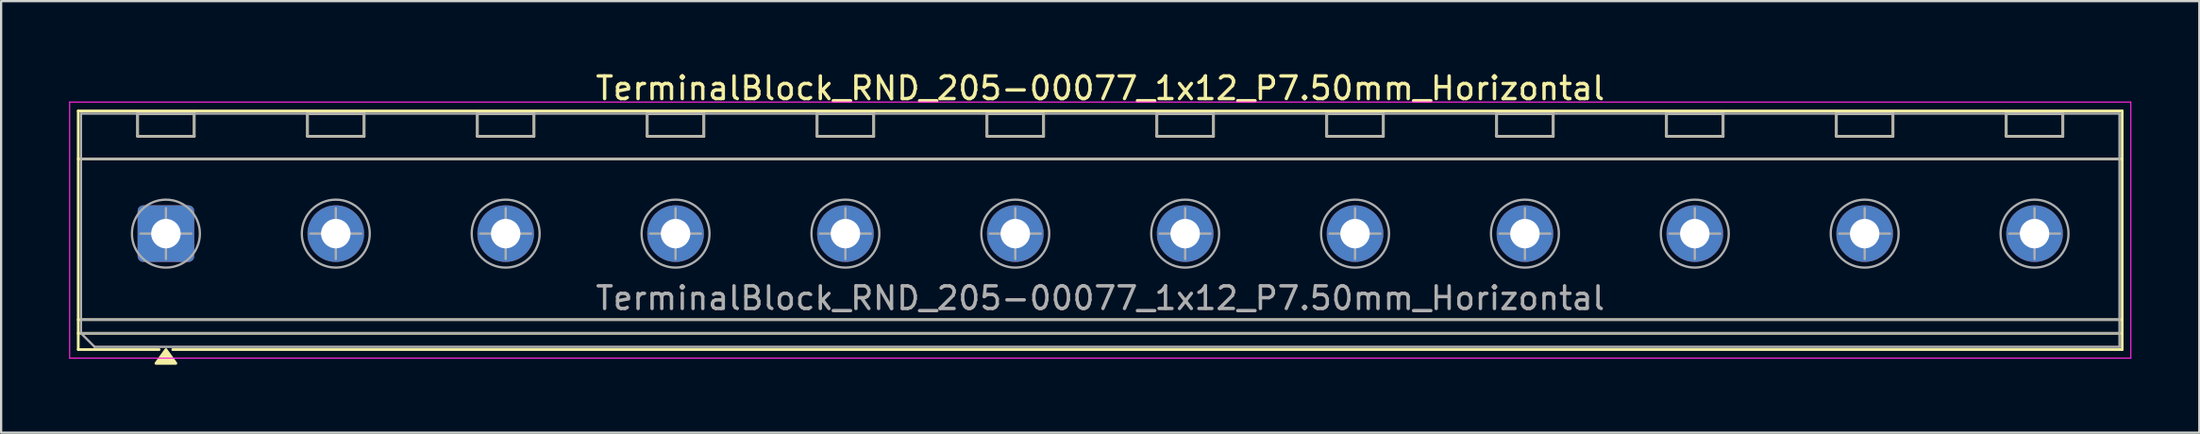
<source format=kicad_pcb>
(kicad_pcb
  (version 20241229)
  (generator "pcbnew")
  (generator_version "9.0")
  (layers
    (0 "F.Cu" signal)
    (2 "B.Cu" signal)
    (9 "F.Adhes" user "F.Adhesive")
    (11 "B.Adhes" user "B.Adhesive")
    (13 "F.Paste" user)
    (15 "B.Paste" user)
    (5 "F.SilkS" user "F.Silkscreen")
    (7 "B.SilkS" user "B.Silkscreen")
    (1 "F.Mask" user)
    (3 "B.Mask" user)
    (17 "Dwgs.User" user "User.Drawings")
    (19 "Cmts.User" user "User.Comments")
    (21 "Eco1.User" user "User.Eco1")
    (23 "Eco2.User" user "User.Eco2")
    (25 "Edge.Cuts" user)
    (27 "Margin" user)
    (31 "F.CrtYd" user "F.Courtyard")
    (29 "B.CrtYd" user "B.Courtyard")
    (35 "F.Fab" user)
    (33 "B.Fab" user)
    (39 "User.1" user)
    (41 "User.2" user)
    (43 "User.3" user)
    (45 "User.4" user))
  (footprint "TerminalBlock_RND_205-00077_1x12_P7.50mm_Horizontal"
    (layer "F.Cu")
    (at 4.275 7.268)
    (property "Reference" "TerminalBlock_RND_205-00077_1x12_P7.50mm_Horizontal" (at 41.25 -6.42 0) (layer "F.SilkS") (effects (font (size 1 1) (thickness 0.15))))
    (attr through_hole)
    (fp_line (start -3.87 -5.42) (end -3.87 5.12) (stroke (width 0.12) (type solid)) (layer "F.SilkS"))
    (fp_line (start -3.87 -5.42) (end 86.37 -5.42) (stroke (width 0.12) (type solid)) (layer "F.SilkS"))
    (fp_line (start -3.87 -3.3) (end 86.37 -3.3) (stroke (width 0.12) (type solid)) (layer "F.SilkS"))
    (fp_line (start -3.87 3.8) (end 86.37 3.8) (stroke (width 0.12) (type solid)) (layer "F.SilkS"))
    (fp_line (start -3.87 4.4) (end 86.37 4.4) (stroke (width 0.12) (type solid)) (layer "F.SilkS"))
    (fp_line (start -3.87 5.12) (end -0.3 5.12) (stroke (width 0.12) (type solid)) (layer "F.SilkS"))
    (fp_line (start -1.25 -5.3) (end -1.25 -4.3) (stroke (width 0.12) (type solid)) (layer "F.SilkS"))
    (fp_line (start -1.25 -5.3) (end 1.25 -5.3) (stroke (width 0.12) (type solid)) (layer "F.SilkS"))
    (fp_line (start -1.25 -4.3) (end 1.25 -4.3) (stroke (width 0.12) (type solid)) (layer "F.SilkS"))
    (fp_line (start 0.3 5.12) (end 86.37 5.12) (stroke (width 0.12) (type solid)) (layer "F.SilkS"))
    (fp_line (start 1.25 -5.3) (end 1.25 -4.3) (stroke (width 0.12) (type solid)) (layer "F.SilkS"))
    (fp_line (start 6.25 -5.3) (end 6.25 -4.3) (stroke (width 0.12) (type solid)) (layer "F.SilkS"))
    (fp_line (start 6.25 -5.3) (end 8.75 -5.3) (stroke (width 0.12) (type solid)) (layer "F.SilkS"))
    (fp_line (start 6.25 -4.3) (end 8.75 -4.3) (stroke (width 0.12) (type solid)) (layer "F.SilkS"))
    (fp_line (start 8.75 -5.3) (end 8.75 -4.3) (stroke (width 0.12) (type solid)) (layer "F.SilkS"))
    (fp_line (start 13.75 -5.3) (end 13.75 -4.3) (stroke (width 0.12) (type solid)) (layer "F.SilkS"))
    (fp_line (start 13.75 -5.3) (end 16.25 -5.3) (stroke (width 0.12) (type solid)) (layer "F.SilkS"))
    (fp_line (start 13.75 -4.3) (end 16.25 -4.3) (stroke (width 0.12) (type solid)) (layer "F.SilkS"))
    (fp_line (start 16.25 -5.3) (end 16.25 -4.3) (stroke (width 0.12) (type solid)) (layer "F.SilkS"))
    (fp_line (start 21.25 -5.3) (end 21.25 -4.3) (stroke (width 0.12) (type solid)) (layer "F.SilkS"))
    (fp_line (start 21.25 -5.3) (end 23.75 -5.3) (stroke (width 0.12) (type solid)) (layer "F.SilkS"))
    (fp_line (start 21.25 -4.3) (end 23.75 -4.3) (stroke (width 0.12) (type solid)) (layer "F.SilkS"))
    (fp_line (start 23.75 -5.3) (end 23.75 -4.3) (stroke (width 0.12) (type solid)) (layer "F.SilkS"))
    (fp_line (start 28.75 -5.3) (end 28.75 -4.3) (stroke (width 0.12) (type solid)) (layer "F.SilkS"))
    (fp_line (start 28.75 -5.3) (end 31.25 -5.3) (stroke (width 0.12) (type solid)) (layer "F.SilkS"))
    (fp_line (start 28.75 -4.3) (end 31.25 -4.3) (stroke (width 0.12) (type solid)) (layer "F.SilkS"))
    (fp_line (start 31.25 -5.3) (end 31.25 -4.3) (stroke (width 0.12) (type solid)) (layer "F.SilkS"))
    (fp_line (start 36.25 -5.3) (end 36.25 -4.3) (stroke (width 0.12) (type solid)) (layer "F.SilkS"))
    (fp_line (start 36.25 -5.3) (end 38.75 -5.3) (stroke (width 0.12) (type solid)) (layer "F.SilkS"))
    (fp_line (start 36.25 -4.3) (end 38.75 -4.3) (stroke (width 0.12) (type solid)) (layer "F.SilkS"))
    (fp_line (start 38.75 -5.3) (end 38.75 -4.3) (stroke (width 0.12) (type solid)) (layer "F.SilkS"))
    (fp_line (start 43.75 -5.3) (end 43.75 -4.3) (stroke (width 0.12) (type solid)) (layer "F.SilkS"))
    (fp_line (start 43.75 -5.3) (end 46.25 -5.3) (stroke (width 0.12) (type solid)) (layer "F.SilkS"))
    (fp_line (start 43.75 -4.3) (end 46.25 -4.3) (stroke (width 0.12) (type solid)) (layer "F.SilkS"))
    (fp_line (start 46.25 -5.3) (end 46.25 -4.3) (stroke (width 0.12) (type solid)) (layer "F.SilkS"))
    (fp_line (start 51.25 -5.3) (end 51.25 -4.3) (stroke (width 0.12) (type solid)) (layer "F.SilkS"))
    (fp_line (start 51.25 -5.3) (end 53.75 -5.3) (stroke (width 0.12) (type solid)) (layer "F.SilkS"))
    (fp_line (start 51.25 -4.3) (end 53.75 -4.3) (stroke (width 0.12) (type solid)) (layer "F.SilkS"))
    (fp_line (start 53.75 -5.3) (end 53.75 -4.3) (stroke (width 0.12) (type solid)) (layer "F.SilkS"))
    (fp_line (start 58.75 -5.3) (end 58.75 -4.3) (stroke (width 0.12) (type solid)) (layer "F.SilkS"))
    (fp_line (start 58.75 -5.3) (end 61.25 -5.3) (stroke (width 0.12) (type solid)) (layer "F.SilkS"))
    (fp_line (start 58.75 -4.3) (end 61.25 -4.3) (stroke (width 0.12) (type solid)) (layer "F.SilkS"))
    (fp_line (start 61.25 -5.3) (end 61.25 -4.3) (stroke (width 0.12) (type solid)) (layer "F.SilkS"))
    (fp_line (start 66.25 -5.3) (end 66.25 -4.3) (stroke (width 0.12) (type solid)) (layer "F.SilkS"))
    (fp_line (start 66.25 -5.3) (end 68.75 -5.3) (stroke (width 0.12) (type solid)) (layer "F.SilkS"))
    (fp_line (start 66.25 -4.3) (end 68.75 -4.3) (stroke (width 0.12) (type solid)) (layer "F.SilkS"))
    (fp_line (start 68.75 -5.3) (end 68.75 -4.3) (stroke (width 0.12) (type solid)) (layer "F.SilkS"))
    (fp_line (start 73.75 -5.3) (end 73.75 -4.3) (stroke (width 0.12) (type solid)) (layer "F.SilkS"))
    (fp_line (start 73.75 -5.3) (end 76.25 -5.3) (stroke (width 0.12) (type solid)) (layer "F.SilkS"))
    (fp_line (start 73.75 -4.3) (end 76.25 -4.3) (stroke (width 0.12) (type solid)) (layer "F.SilkS"))
    (fp_line (start 76.25 -5.3) (end 76.25 -4.3) (stroke (width 0.12) (type solid)) (layer "F.SilkS"))
    (fp_line (start 81.25 -5.3) (end 81.25 -4.3) (stroke (width 0.12) (type solid)) (layer "F.SilkS"))
    (fp_line (start 81.25 -5.3) (end 83.75 -5.3) (stroke (width 0.12) (type solid)) (layer "F.SilkS"))
    (fp_line (start 81.25 -4.3) (end 83.75 -4.3) (stroke (width 0.12) (type solid)) (layer "F.SilkS"))
    (fp_line (start 83.75 -5.3) (end 83.75 -4.3) (stroke (width 0.12) (type solid)) (layer "F.SilkS"))
    (fp_line (start 86.37 -5.42) (end 86.37 5.12) (stroke (width 0.12) (type solid)) (layer "F.SilkS"))
    (fp_poly (pts (xy 0 5.12) (xy 0.44 5.73) (xy -0.44 5.73)) (stroke (width 0.12) (type solid)) (fill yes) (layer "F.SilkS"))
    (fp_line (start -4.25 -5.81) (end -4.25 5.5) (stroke (width 0.05) (type solid)) (layer "F.CrtYd"))
    (fp_line (start -4.25 5.5) (end 86.75 5.5) (stroke (width 0.05) (type solid)) (layer "F.CrtYd"))
    (fp_line (start 86.75 -5.81) (end -4.25 -5.81) (stroke (width 0.05) (type solid)) (layer "F.CrtYd"))
    (fp_line (start 86.75 5.5) (end 86.75 -5.81) (stroke (width 0.05) (type solid)) (layer "F.CrtYd"))
    (fp_line (start -3.75 -5.3) (end 86.25 -5.3) (stroke (width 0.1) (type solid)) (layer "F.Fab"))
    (fp_line (start -3.75 -3.3) (end 86.25 -3.3) (stroke (width 0.1) (type solid)) (layer "F.Fab"))
    (fp_line (start -3.75 3.8) (end 86.25 3.8) (stroke (width 0.1) (type solid)) (layer "F.Fab"))
    (fp_line (start -3.75 4.4) (end -3.75 -5.3) (stroke (width 0.1) (type solid)) (layer "F.Fab"))
    (fp_line (start -3.75 4.4) (end 86.25 4.4) (stroke (width 0.1) (type solid)) (layer "F.Fab"))
    (fp_line (start -3.15 5) (end -3.75 4.4) (stroke (width 0.1) (type solid)) (layer "F.Fab"))
    (fp_line (start -1.25 -5.3) (end -1.25 -4.3) (stroke (width 0.1) (type solid)) (layer "F.Fab"))
    (fp_line (start -1.25 -4.3) (end 1.25 -4.3) (stroke (width 0.1) (type solid)) (layer "F.Fab"))
    (fp_line (start -1.125 0) (end 1.125 0) (stroke (width 0.1) (type solid)) (layer "F.Fab"))
    (fp_line (start 0 -1.125) (end 0 1.125) (stroke (width 0.1) (type solid)) (layer "F.Fab"))
    (fp_line (start 1.25 -5.3) (end -1.25 -5.3) (stroke (width 0.1) (type solid)) (layer "F.Fab"))
    (fp_line (start 1.25 -4.3) (end 1.25 -5.3) (stroke (width 0.1) (type solid)) (layer "F.Fab"))
    (fp_line (start 6.25 -5.3) (end 6.25 -4.3) (stroke (width 0.1) (type solid)) (layer "F.Fab"))
    (fp_line (start 6.25 -4.3) (end 8.75 -4.3) (stroke (width 0.1) (type solid)) (layer "F.Fab"))
    (fp_line (start 6.375 0) (end 8.625 0) (stroke (width 0.1) (type solid)) (layer "F.Fab"))
    (fp_line (start 7.5 -1.125) (end 7.5 1.125) (stroke (width 0.1) (type solid)) (layer "F.Fab"))
    (fp_line (start 8.75 -5.3) (end 6.25 -5.3) (stroke (width 0.1) (type solid)) (layer "F.Fab"))
    (fp_line (start 8.75 -4.3) (end 8.75 -5.3) (stroke (width 0.1) (type solid)) (layer "F.Fab"))
    (fp_line (start 13.75 -5.3) (end 13.75 -4.3) (stroke (width 0.1) (type solid)) (layer "F.Fab"))
    (fp_line (start 13.75 -4.3) (end 16.25 -4.3) (stroke (width 0.1) (type solid)) (layer "F.Fab"))
    (fp_line (start 13.875 0) (end 16.125 0) (stroke (width 0.1) (type solid)) (layer "F.Fab"))
    (fp_line (start 15 -1.125) (end 15 1.125) (stroke (width 0.1) (type solid)) (layer "F.Fab"))
    (fp_line (start 16.25 -5.3) (end 13.75 -5.3) (stroke (width 0.1) (type solid)) (layer "F.Fab"))
    (fp_line (start 16.25 -4.3) (end 16.25 -5.3) (stroke (width 0.1) (type solid)) (layer "F.Fab"))
    (fp_line (start 21.25 -5.3) (end 21.25 -4.3) (stroke (width 0.1) (type solid)) (layer "F.Fab"))
    (fp_line (start 21.25 -4.3) (end 23.75 -4.3) (stroke (width 0.1) (type solid)) (layer "F.Fab"))
    (fp_line (start 21.375 0) (end 23.625 0) (stroke (width 0.1) (type solid)) (layer "F.Fab"))
    (fp_line (start 22.5 -1.125) (end 22.5 1.125) (stroke (width 0.1) (type solid)) (layer "F.Fab"))
    (fp_line (start 23.75 -5.3) (end 21.25 -5.3) (stroke (width 0.1) (type solid)) (layer "F.Fab"))
    (fp_line (start 23.75 -4.3) (end 23.75 -5.3) (stroke (width 0.1) (type solid)) (layer "F.Fab"))
    (fp_line (start 28.75 -5.3) (end 28.75 -4.3) (stroke (width 0.1) (type solid)) (layer "F.Fab"))
    (fp_line (start 28.75 -4.3) (end 31.25 -4.3) (stroke (width 0.1) (type solid)) (layer "F.Fab"))
    (fp_line (start 28.875 0) (end 31.125 0) (stroke (width 0.1) (type solid)) (layer "F.Fab"))
    (fp_line (start 30 -1.125) (end 30 1.125) (stroke (width 0.1) (type solid)) (layer "F.Fab"))
    (fp_line (start 31.25 -5.3) (end 28.75 -5.3) (stroke (width 0.1) (type solid)) (layer "F.Fab"))
    (fp_line (start 31.25 -4.3) (end 31.25 -5.3) (stroke (width 0.1) (type solid)) (layer "F.Fab"))
    (fp_line (start 36.25 -5.3) (end 36.25 -4.3) (stroke (width 0.1) (type solid)) (layer "F.Fab"))
    (fp_line (start 36.25 -4.3) (end 38.75 -4.3) (stroke (width 0.1) (type solid)) (layer "F.Fab"))
    (fp_line (start 36.375 0) (end 38.625 0) (stroke (width 0.1) (type solid)) (layer "F.Fab"))
    (fp_line (start 37.5 -1.125) (end 37.5 1.125) (stroke (width 0.1) (type solid)) (layer "F.Fab"))
    (fp_line (start 38.75 -5.3) (end 36.25 -5.3) (stroke (width 0.1) (type solid)) (layer "F.Fab"))
    (fp_line (start 38.75 -4.3) (end 38.75 -5.3) (stroke (width 0.1) (type solid)) (layer "F.Fab"))
    (fp_line (start 43.75 -5.3) (end 43.75 -4.3) (stroke (width 0.1) (type solid)) (layer "F.Fab"))
    (fp_line (start 43.75 -4.3) (end 46.25 -4.3) (stroke (width 0.1) (type solid)) (layer "F.Fab"))
    (fp_line (start 43.875 0) (end 46.125 0) (stroke (width 0.1) (type solid)) (layer "F.Fab"))
    (fp_line (start 45 -1.125) (end 45 1.125) (stroke (width 0.1) (type solid)) (layer "F.Fab"))
    (fp_line (start 46.25 -5.3) (end 43.75 -5.3) (stroke (width 0.1) (type solid)) (layer "F.Fab"))
    (fp_line (start 46.25 -4.3) (end 46.25 -5.3) (stroke (width 0.1) (type solid)) (layer "F.Fab"))
    (fp_line (start 51.25 -5.3) (end 51.25 -4.3) (stroke (width 0.1) (type solid)) (layer "F.Fab"))
    (fp_line (start 51.25 -4.3) (end 53.75 -4.3) (stroke (width 0.1) (type solid)) (layer "F.Fab"))
    (fp_line (start 51.375 0) (end 53.625 0) (stroke (width 0.1) (type solid)) (layer "F.Fab"))
    (fp_line (start 52.5 -1.125) (end 52.5 1.125) (stroke (width 0.1) (type solid)) (layer "F.Fab"))
    (fp_line (start 53.75 -5.3) (end 51.25 -5.3) (stroke (width 0.1) (type solid)) (layer "F.Fab"))
    (fp_line (start 53.75 -4.3) (end 53.75 -5.3) (stroke (width 0.1) (type solid)) (layer "F.Fab"))
    (fp_line (start 58.75 -5.3) (end 58.75 -4.3) (stroke (width 0.1) (type solid)) (layer "F.Fab"))
    (fp_line (start 58.75 -4.3) (end 61.25 -4.3) (stroke (width 0.1) (type solid)) (layer "F.Fab"))
    (fp_line (start 58.875 0) (end 61.125 0) (stroke (width 0.1) (type solid)) (layer "F.Fab"))
    (fp_line (start 60 -1.125) (end 60 1.125) (stroke (width 0.1) (type solid)) (layer "F.Fab"))
    (fp_line (start 61.25 -5.3) (end 58.75 -5.3) (stroke (width 0.1) (type solid)) (layer "F.Fab"))
    (fp_line (start 61.25 -4.3) (end 61.25 -5.3) (stroke (width 0.1) (type solid)) (layer "F.Fab"))
    (fp_line (start 66.25 -5.3) (end 66.25 -4.3) (stroke (width 0.1) (type solid)) (layer "F.Fab"))
    (fp_line (start 66.25 -4.3) (end 68.75 -4.3) (stroke (width 0.1) (type solid)) (layer "F.Fab"))
    (fp_line (start 66.375 0) (end 68.625 0) (stroke (width 0.1) (type solid)) (layer "F.Fab"))
    (fp_line (start 67.5 -1.125) (end 67.5 1.125) (stroke (width 0.1) (type solid)) (layer "F.Fab"))
    (fp_line (start 68.75 -5.3) (end 66.25 -5.3) (stroke (width 0.1) (type solid)) (layer "F.Fab"))
    (fp_line (start 68.75 -4.3) (end 68.75 -5.3) (stroke (width 0.1) (type solid)) (layer "F.Fab"))
    (fp_line (start 73.75 -5.3) (end 73.75 -4.3) (stroke (width 0.1) (type solid)) (layer "F.Fab"))
    (fp_line (start 73.75 -4.3) (end 76.25 -4.3) (stroke (width 0.1) (type solid)) (layer "F.Fab"))
    (fp_line (start 73.875 0) (end 76.125 0) (stroke (width 0.1) (type solid)) (layer "F.Fab"))
    (fp_line (start 75 -1.125) (end 75 1.125) (stroke (width 0.1) (type solid)) (layer "F.Fab"))
    (fp_line (start 76.25 -5.3) (end 73.75 -5.3) (stroke (width 0.1) (type solid)) (layer "F.Fab"))
    (fp_line (start 76.25 -4.3) (end 76.25 -5.3) (stroke (width 0.1) (type solid)) (layer "F.Fab"))
    (fp_line (start 81.25 -5.3) (end 81.25 -4.3) (stroke (width 0.1) (type solid)) (layer "F.Fab"))
    (fp_line (start 81.25 -4.3) (end 83.75 -4.3) (stroke (width 0.1) (type solid)) (layer "F.Fab"))
    (fp_line (start 81.375 0) (end 83.625 0) (stroke (width 0.1) (type solid)) (layer "F.Fab"))
    (fp_line (start 82.5 -1.125) (end 82.5 1.125) (stroke (width 0.1) (type solid)) (layer "F.Fab"))
    (fp_line (start 83.75 -5.3) (end 81.25 -5.3) (stroke (width 0.1) (type solid)) (layer "F.Fab"))
    (fp_line (start 83.75 -4.3) (end 83.75 -5.3) (stroke (width 0.1) (type solid)) (layer "F.Fab"))
    (fp_line (start 86.25 -5.3) (end 86.25 5) (stroke (width 0.1) (type solid)) (layer "F.Fab"))
    (fp_line (start 86.25 5) (end -3.15 5) (stroke (width 0.1) (type solid)) (layer "F.Fab"))
    (fp_circle (center 0 0) (end 1.5 0) (stroke (width 0.1) (type solid)) (fill no) (layer "F.Fab"))
    (fp_circle (center 7.5 0) (end 9 0) (stroke (width 0.1) (type solid)) (fill no) (layer "F.Fab"))
    (fp_circle (center 15 0) (end 16.5 0) (stroke (width 0.1) (type solid)) (fill no) (layer "F.Fab"))
    (fp_circle (center 22.5 0) (end 24 0) (stroke (width 0.1) (type solid)) (fill no) (layer "F.Fab"))
    (fp_circle (center 30 0) (end 31.5 0) (stroke (width 0.1) (type solid)) (fill no) (layer "F.Fab"))
    (fp_circle (center 37.5 0) (end 39 0) (stroke (width 0.1) (type solid)) (fill no) (layer "F.Fab"))
    (fp_circle (center 45 0) (end 46.5 0) (stroke (width 0.1) (type solid)) (fill no) (layer "F.Fab"))
    (fp_circle (center 52.5 0) (end 54 0) (stroke (width 0.1) (type solid)) (fill no) (layer "F.Fab"))
    (fp_circle (center 60 0) (end 61.5 0) (stroke (width 0.1) (type solid)) (fill no) (layer "F.Fab"))
    (fp_circle (center 67.5 0) (end 69 0) (stroke (width 0.1) (type solid)) (fill no) (layer "F.Fab"))
    (fp_circle (center 75 0) (end 76.5 0) (stroke (width 0.1) (type solid)) (fill no) (layer "F.Fab"))
    (fp_circle (center 82.5 0) (end 84 0) (stroke (width 0.1) (type solid)) (fill no) (layer "F.Fab"))
    (fp_text user "${REFERENCE}" (at 41.25 2.85 0) (layer "F.Fab") (effects (font (size 1 1) (thickness 0.15))))
    (pad "1" thru_hole roundrect (at 0 0) (size 2.5 2.5) (drill 1.3) (layers "*.Cu" "*.Mask") (roundrect_rratio 0.1))
    (pad "2" thru_hole circle (at 7.5 0) (size 2.5 2.5) (drill 1.3) (layers "*.Cu" "*.Mask"))
    (pad "3" thru_hole circle (at 15 0) (size 2.5 2.5) (drill 1.3) (layers "*.Cu" "*.Mask"))
    (pad "4" thru_hole circle (at 22.5 0) (size 2.5 2.5) (drill 1.3) (layers "*.Cu" "*.Mask"))
    (pad "5" thru_hole circle (at 30 0) (size 2.5 2.5) (drill 1.3) (layers "*.Cu" "*.Mask"))
    (pad "6" thru_hole circle (at 37.5 0) (size 2.5 2.5) (drill 1.3) (layers "*.Cu" "*.Mask"))
    (pad "7" thru_hole circle (at 45 0) (size 2.5 2.5) (drill 1.3) (layers "*.Cu" "*.Mask"))
    (pad "8" thru_hole circle (at 52.5 0) (size 2.5 2.5) (drill 1.3) (layers "*.Cu" "*.Mask"))
    (pad "9" thru_hole circle (at 60 0) (size 2.5 2.5) (drill 1.3) (layers "*.Cu" "*.Mask"))
    (pad "10" thru_hole circle (at 67.5 0) (size 2.5 2.5) (drill 1.3) (layers "*.Cu" "*.Mask"))
    (pad "11" thru_hole circle (at 75 0) (size 2.5 2.5) (drill 1.3) (layers "*.Cu" "*.Mask"))
    (pad "12" thru_hole circle (at 82.5 0) (size 2.5 2.5) (drill 1.3) (layers "*.Cu" "*.Mask")))
  (gr_rect
    (start -3 -3)
    (end 94.05 16.058)
    (stroke (width 0.1) (type default))
    (fill no)
    (layer "Edge.Cuts")))
</source>
